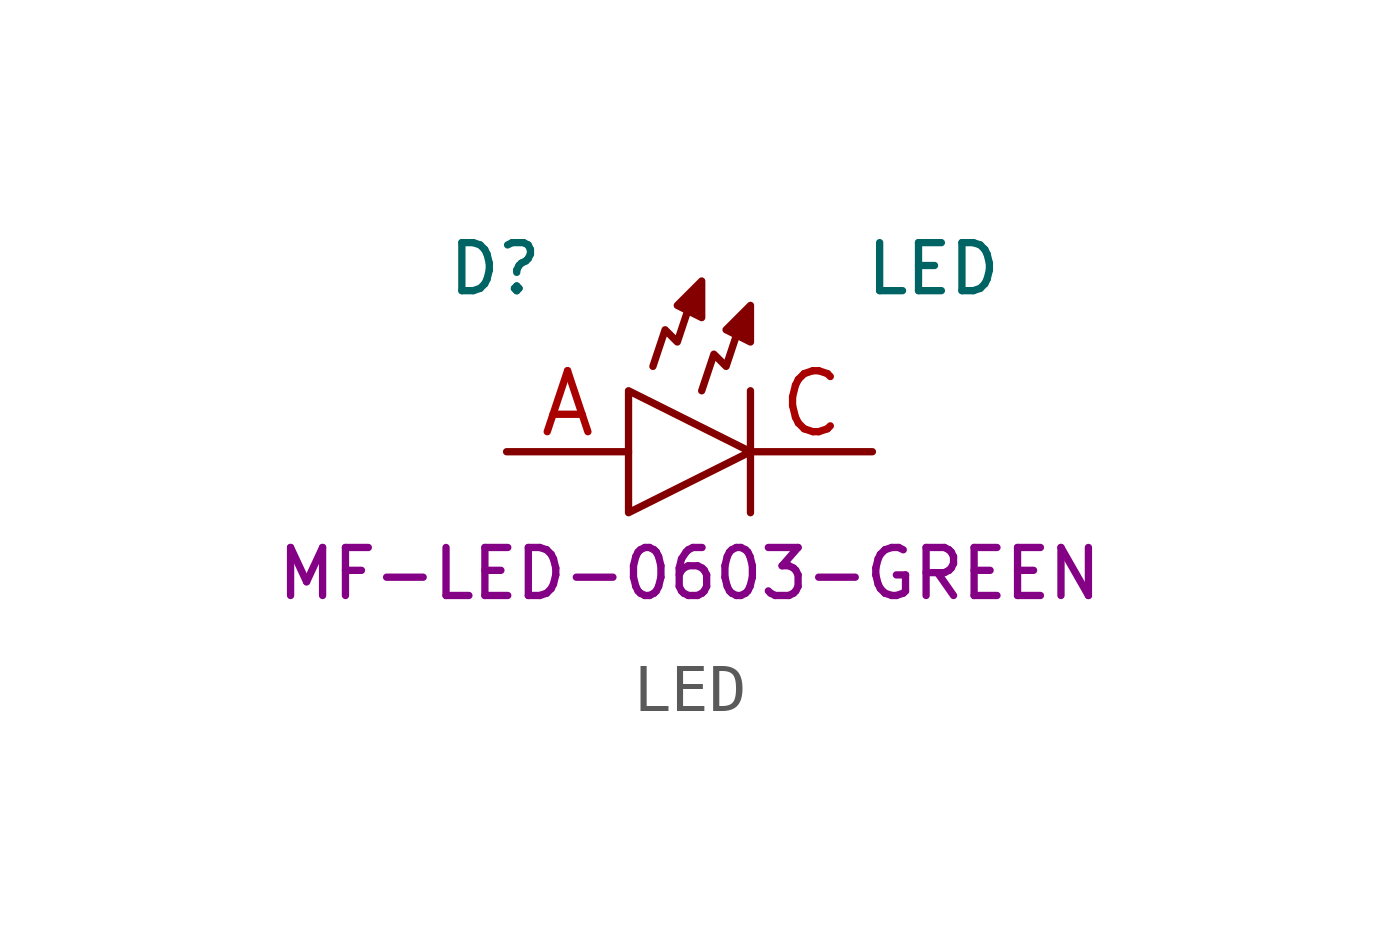
<source format=kicad_sym>
(kicad_symbol_lib
  (version 20220914)
  (generator kicad_symbol_editor)
  (symbol "LED"
    (property "Reference" "D"
      (at -5.08 3.81 0)
      (effects (font (size 1 1)) (justify left)))
    (property "Value" "LED"
      (at 5.08 3.81 0)
      (effects (font (size 1 1))))
    (property "MPN" "MF-LED-0603-GREEN"
      (at 0 -2.54 0)
      (effects (font (size 1 1))))
    (symbol "LED_0_1"
      (polyline (pts (xy 1.27 1.27) (xy 1.27 -1.27)) (stroke (width 0) (type default)) (fill (type none)))
      (polyline (pts (xy -1.27 1.27) (xy -1.27 -1.27) (xy 1.27 0) (xy -1.27 1.27)) (stroke (width 0) (type default)) (fill (type none)))
      (polyline (pts (xy -0.762 1.778) (xy -0.508 2.54) (xy -0.254 2.286) (xy 0 3.048)) (stroke (width 0) (type default)) (fill (type none)))
      (polyline (pts (xy -0.254 3.048) (xy 0.254 2.794) (xy 0.254 3.556) (xy -0.254 3.048)) (stroke (width 0) (type default)) (fill (type outline)))
      (polyline (pts (xy 0.254 1.27) (xy 0.508 2.032) (xy 0.762 1.778) (xy 1.016 2.54)) (stroke (width 0) (type default)) (fill (type none)))
      (polyline (pts (xy 0.762 2.54) (xy 1.27 2.286) (xy 1.27 3.048) (xy 0.762 2.54)) (stroke (width 0) (type default)) (fill (type outline))))
    (symbol "LED_1_1"
      (pin passive line (at -3.81 0 0) (length 2.54) (name "~" (effects (font (size 1.27 1.27)))) (number "A" (effects (font (size 1.27 1.27)))))
      (pin passive line (at 3.81 0 180) (length 2.54) (name "~" (effects (font (size 1.27 1.27)))) (number "C" (effects (font (size 1.27 1.27))))))))
</source>
